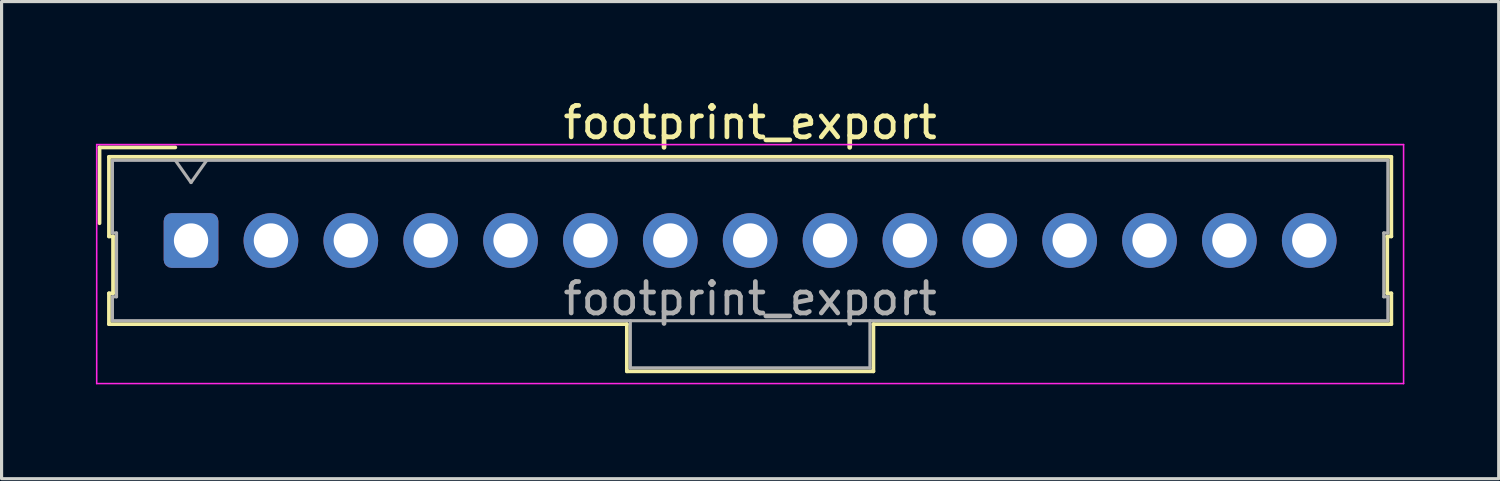
<source format=kicad_pcb>
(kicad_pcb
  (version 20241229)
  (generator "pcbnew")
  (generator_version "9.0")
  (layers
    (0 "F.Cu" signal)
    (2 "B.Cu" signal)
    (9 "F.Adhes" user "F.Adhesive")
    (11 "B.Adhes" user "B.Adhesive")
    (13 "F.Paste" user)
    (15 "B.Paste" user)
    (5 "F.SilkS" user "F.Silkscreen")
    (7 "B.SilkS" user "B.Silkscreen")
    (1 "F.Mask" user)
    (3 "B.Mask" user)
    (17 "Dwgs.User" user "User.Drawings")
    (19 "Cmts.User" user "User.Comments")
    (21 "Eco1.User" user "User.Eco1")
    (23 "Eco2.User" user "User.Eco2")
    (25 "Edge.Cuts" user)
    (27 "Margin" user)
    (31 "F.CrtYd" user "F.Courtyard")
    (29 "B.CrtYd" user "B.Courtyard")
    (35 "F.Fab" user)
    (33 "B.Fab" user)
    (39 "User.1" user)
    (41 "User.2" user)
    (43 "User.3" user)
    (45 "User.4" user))
  (footprint "footprint_export"
    (layer "F.Cu")
    (at 3.025 4.598)
    (property "Reference" "footprint_export" (at 17.78 -3.75 0) (layer "F.SilkS") (effects (font (size 1 1) (thickness 0.15))))
    (attr through_hole)
    (fp_line (start -2.91 -2.96) (end -0.5 -2.96) (stroke (width 0.12) (type solid)) (layer "F.SilkS"))
    (fp_line (start -2.91 -0.55) (end -2.91 -2.96) (stroke (width 0.12) (type solid)) (layer "F.SilkS"))
    (fp_line (start -2.61 -2.66) (end -2.61 -0.13) (stroke (width 0.12) (type solid)) (layer "F.SilkS"))
    (fp_line (start -2.61 -0.13) (end -2.48 -0.13) (stroke (width 0.12) (type solid)) (layer "F.SilkS"))
    (fp_line (start -2.61 1.68) (end -2.61 2.66) (stroke (width 0.12) (type solid)) (layer "F.SilkS"))
    (fp_line (start -2.61 2.66) (end 13.86 2.66) (stroke (width 0.12) (type solid)) (layer "F.SilkS"))
    (fp_line (start -2.48 -0.13) (end -2.48 1.68) (stroke (width 0.12) (type solid)) (layer "F.SilkS"))
    (fp_line (start -2.48 1.68) (end -2.61 1.68) (stroke (width 0.12) (type solid)) (layer "F.SilkS"))
    (fp_line (start 13.86 2.66) (end 13.86 4.16) (stroke (width 0.12) (type solid)) (layer "F.SilkS"))
    (fp_line (start 13.86 4.16) (end 21.7 4.16) (stroke (width 0.12) (type solid)) (layer "F.SilkS"))
    (fp_line (start 21.7 2.66) (end 38.17 2.66) (stroke (width 0.12) (type solid)) (layer "F.SilkS"))
    (fp_line (start 21.7 4.16) (end 21.7 2.66) (stroke (width 0.12) (type solid)) (layer "F.SilkS"))
    (fp_line (start 38.04 -0.13) (end 38.17 -0.13) (stroke (width 0.12) (type solid)) (layer "F.SilkS"))
    (fp_line (start 38.04 1.68) (end 38.04 -0.13) (stroke (width 0.12) (type solid)) (layer "F.SilkS"))
    (fp_line (start 38.17 -2.66) (end -2.61 -2.66) (stroke (width 0.12) (type solid)) (layer "F.SilkS"))
    (fp_line (start 38.17 -0.13) (end 38.17 -2.66) (stroke (width 0.12) (type solid)) (layer "F.SilkS"))
    (fp_line (start 38.17 1.68) (end 38.04 1.68) (stroke (width 0.12) (type solid)) (layer "F.SilkS"))
    (fp_line (start 38.17 2.66) (end 38.17 1.68) (stroke (width 0.12) (type solid)) (layer "F.SilkS"))
    (fp_line (start -3 -3.05) (end -3 4.55) (stroke (width 0.05) (type solid)) (layer "F.CrtYd"))
    (fp_line (start -3 4.55) (end 38.56 4.55) (stroke (width 0.05) (type solid)) (layer "F.CrtYd"))
    (fp_line (start 38.56 -3.05) (end -3 -3.05) (stroke (width 0.05) (type solid)) (layer "F.CrtYd"))
    (fp_line (start 38.56 4.55) (end 38.56 -3.05) (stroke (width 0.05) (type solid)) (layer "F.CrtYd"))
    (fp_line (start -2.5 -2.55) (end -2.5 -0.24) (stroke (width 0.1) (type solid)) (layer "F.Fab"))
    (fp_line (start -2.5 -0.24) (end -2.37 -0.24) (stroke (width 0.1) (type solid)) (layer "F.Fab"))
    (fp_line (start -2.5 1.79) (end -2.5 2.55) (stroke (width 0.1) (type solid)) (layer "F.Fab"))
    (fp_line (start -2.5 2.55) (end 38.06 2.55) (stroke (width 0.1) (type solid)) (layer "F.Fab"))
    (fp_line (start -2.37 -0.24) (end -2.37 1.79) (stroke (width 0.1) (type solid)) (layer "F.Fab"))
    (fp_line (start -2.37 1.79) (end -2.5 1.79) (stroke (width 0.1) (type solid)) (layer "F.Fab"))
    (fp_line (start 0 -1.843) (end -0.5 -2.55) (stroke (width 0.1) (type solid)) (layer "F.Fab"))
    (fp_line (start 0.5 -2.55) (end 0 -1.843) (stroke (width 0.1) (type solid)) (layer "F.Fab"))
    (fp_line (start 13.97 2.55) (end 13.97 4.05) (stroke (width 0.1) (type solid)) (layer "F.Fab"))
    (fp_line (start 13.97 4.05) (end 21.59 4.05) (stroke (width 0.1) (type solid)) (layer "F.Fab"))
    (fp_line (start 21.59 4.05) (end 21.59 2.55) (stroke (width 0.1) (type solid)) (layer "F.Fab"))
    (fp_line (start 37.93 -0.24) (end 38.06 -0.24) (stroke (width 0.1) (type solid)) (layer "F.Fab"))
    (fp_line (start 37.93 1.79) (end 37.93 -0.24) (stroke (width 0.1) (type solid)) (layer "F.Fab"))
    (fp_line (start 38.06 -2.55) (end -2.5 -2.55) (stroke (width 0.1) (type solid)) (layer "F.Fab"))
    (fp_line (start 38.06 -0.24) (end 38.06 -2.55) (stroke (width 0.1) (type solid)) (layer "F.Fab"))
    (fp_line (start 38.06 1.79) (end 37.93 1.79) (stroke (width 0.1) (type solid)) (layer "F.Fab"))
    (fp_line (start 38.06 2.55) (end 38.06 1.79) (stroke (width 0.1) (type solid)) (layer "F.Fab"))
    (fp_text user "${REFERENCE}" (at 17.78 1.85 0) (layer "F.Fab") (effects (font (size 1 1) (thickness 0.15))))
    (pad "1" thru_hole roundrect (at 0 0) (size 1.74 1.74) (drill 1.09) (layers "*.Cu" "*.Mask") (roundrect_rratio 0.144))
    (pad "2" thru_hole circle (at 2.54 0) (size 1.74 1.74) (drill 1.09) (layers "*.Cu" "*.Mask"))
    (pad "3" thru_hole circle (at 5.08 0) (size 1.74 1.74) (drill 1.09) (layers "*.Cu" "*.Mask"))
    (pad "4" thru_hole circle (at 7.62 0) (size 1.74 1.74) (drill 1.09) (layers "*.Cu" "*.Mask"))
    (pad "5" thru_hole circle (at 10.16 0) (size 1.74 1.74) (drill 1.09) (layers "*.Cu" "*.Mask"))
    (pad "6" thru_hole circle (at 12.7 0) (size 1.74 1.74) (drill 1.09) (layers "*.Cu" "*.Mask"))
    (pad "7" thru_hole circle (at 15.24 0) (size 1.74 1.74) (drill 1.09) (layers "*.Cu" "*.Mask"))
    (pad "8" thru_hole circle (at 17.78 0) (size 1.74 1.74) (drill 1.09) (layers "*.Cu" "*.Mask"))
    (pad "9" thru_hole circle (at 20.32 0) (size 1.74 1.74) (drill 1.09) (layers "*.Cu" "*.Mask"))
    (pad "10" thru_hole circle (at 22.86 0) (size 1.74 1.74) (drill 1.09) (layers "*.Cu" "*.Mask"))
    (pad "11" thru_hole circle (at 25.4 0) (size 1.74 1.74) (drill 1.09) (layers "*.Cu" "*.Mask"))
    (pad "12" thru_hole circle (at 27.94 0) (size 1.74 1.74) (drill 1.09) (layers "*.Cu" "*.Mask"))
    (pad "13" thru_hole circle (at 30.48 0) (size 1.74 1.74) (drill 1.09) (layers "*.Cu" "*.Mask"))
    (pad "14" thru_hole circle (at 33.02 0) (size 1.74 1.74) (drill 1.09) (layers "*.Cu" "*.Mask"))
    (pad "15" thru_hole circle (at 35.56 0) (size 1.74 1.74) (drill 1.09) (layers "*.Cu" "*.Mask")))
  (gr_rect
    (start -3 -3)
    (end 44.61 12.173)
    (stroke (width 0.1) (type default))
    (fill no)
    (layer "Edge.Cuts")))
</source>
